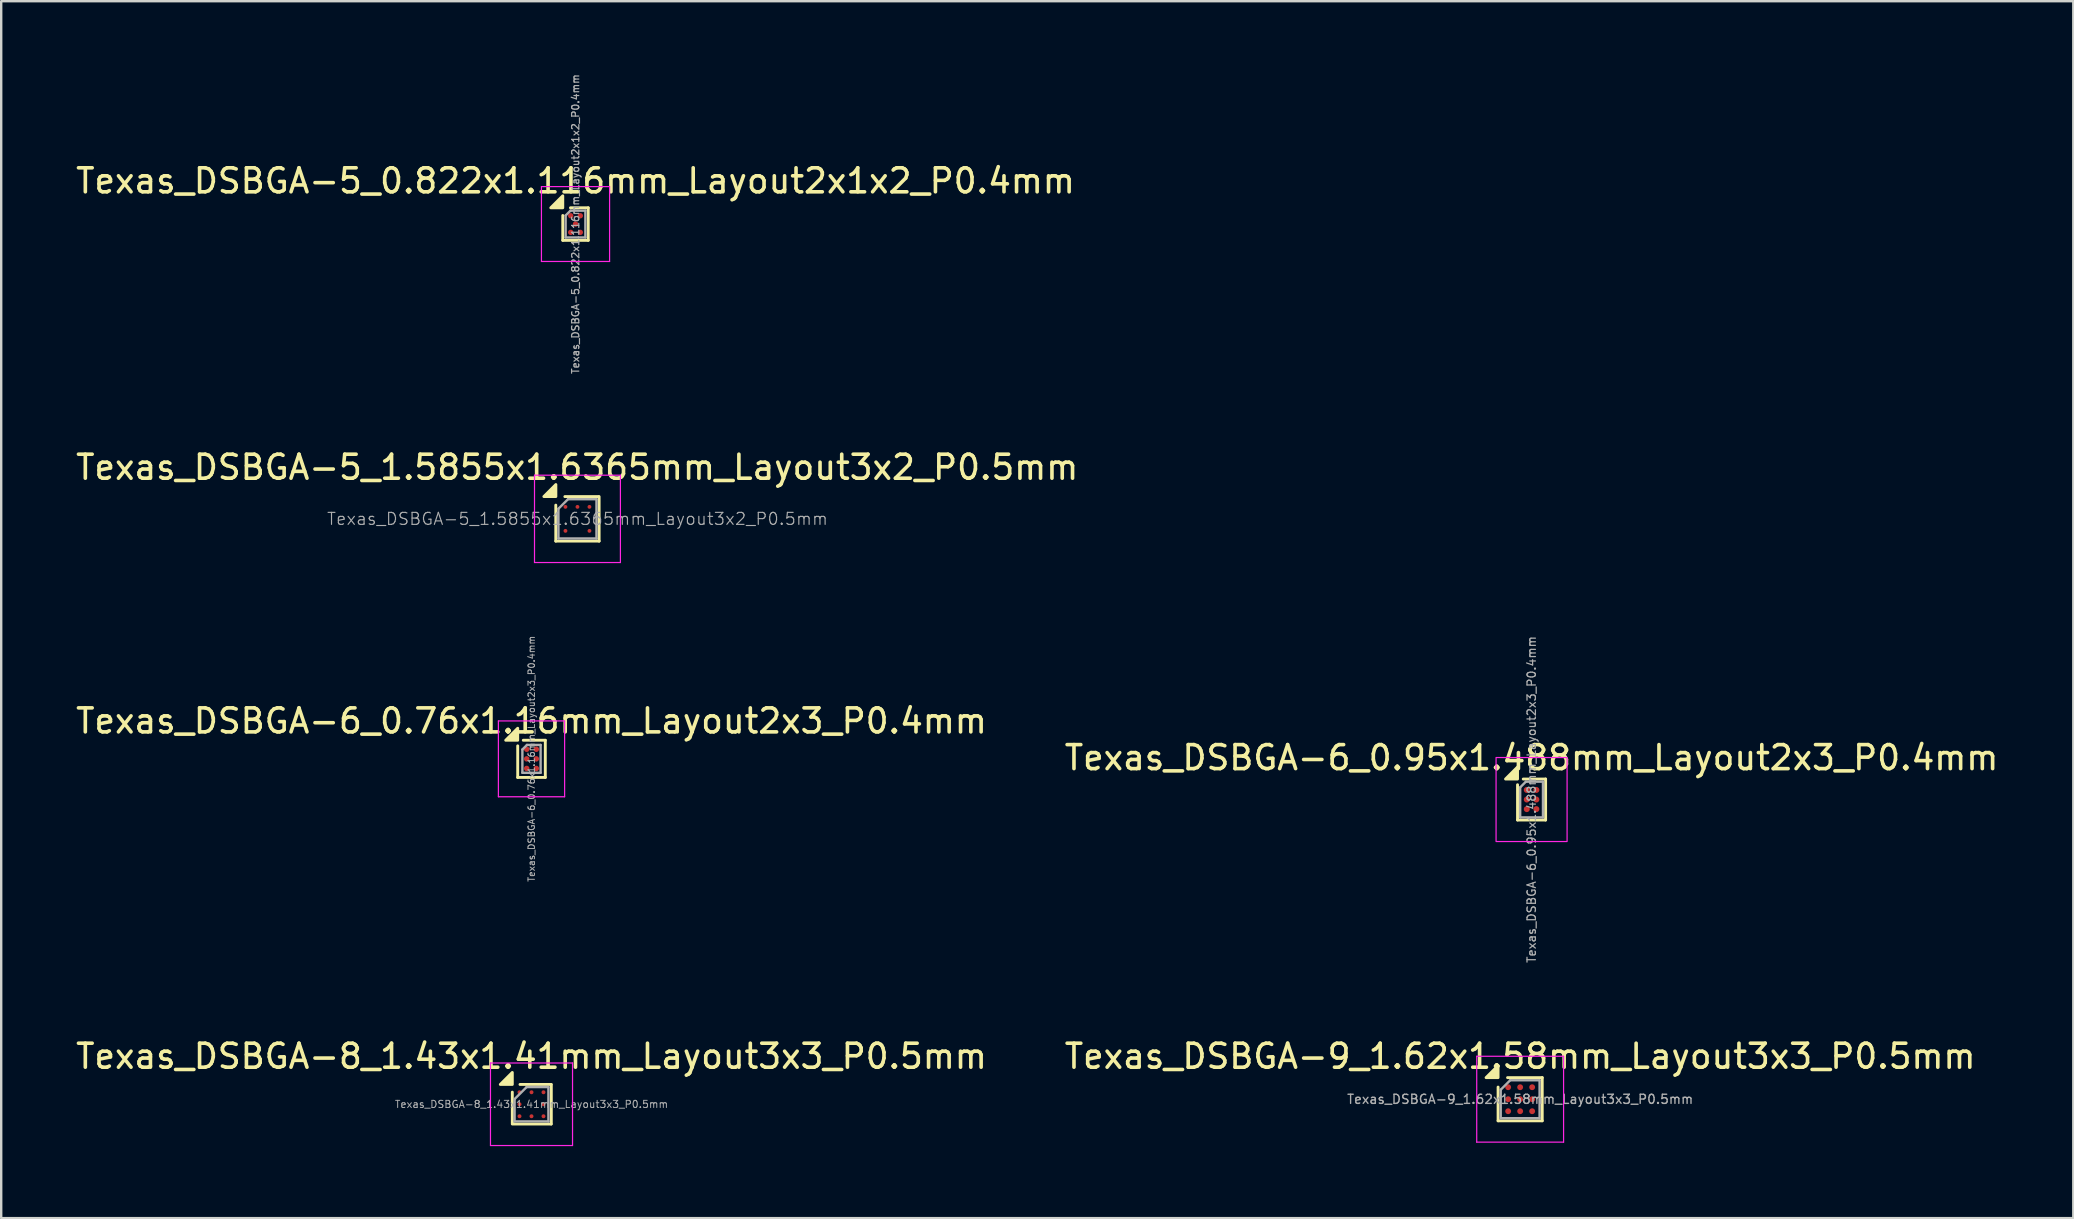
<source format=kicad_pcb>
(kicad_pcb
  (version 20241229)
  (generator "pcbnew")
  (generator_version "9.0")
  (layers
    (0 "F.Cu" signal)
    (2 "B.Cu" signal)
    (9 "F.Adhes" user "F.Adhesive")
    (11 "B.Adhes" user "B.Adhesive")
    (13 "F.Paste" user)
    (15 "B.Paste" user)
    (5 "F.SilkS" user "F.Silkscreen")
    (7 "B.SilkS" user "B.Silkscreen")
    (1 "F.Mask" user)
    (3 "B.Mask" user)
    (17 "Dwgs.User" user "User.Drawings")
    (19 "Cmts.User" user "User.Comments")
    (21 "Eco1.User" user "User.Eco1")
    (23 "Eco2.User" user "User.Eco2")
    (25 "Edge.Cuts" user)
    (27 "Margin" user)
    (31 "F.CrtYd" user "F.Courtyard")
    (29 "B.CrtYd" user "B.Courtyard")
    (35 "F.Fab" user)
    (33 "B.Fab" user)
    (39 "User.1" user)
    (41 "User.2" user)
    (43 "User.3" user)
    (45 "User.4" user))
  (footprint "Texas_DSBGA-6_0.76x1.16mm_Layout2x3_P0.4mm"
    (layer "F.Cu")
    (at 19.101 28.576)
    (property "Reference" "Texas_DSBGA-6_0.76x1.16mm_Layout2x3_P0.4mm" (at 0 -1.58 0) (layer "F.SilkS") (effects (font (size 1 1) (thickness 0.15))))
    (attr smd)
    (fp_line (start -0.575 0.775) (end -0.575 -0.542) (stroke (width 0.12) (type solid)) (layer "F.SilkS"))
    (fp_line (start -0.343 -0.775) (end 0.575 -0.775) (stroke (width 0.12) (type solid)) (layer "F.SilkS"))
    (fp_line (start 0.575 -0.775) (end 0.575 0.775) (stroke (width 0.12) (type solid)) (layer "F.SilkS"))
    (fp_line (start 0.575 0.775) (end -0.575 0.775) (stroke (width 0.12) (type solid)) (layer "F.SilkS"))
    (fp_poly (pts (xy -0.575 -0.775) (xy -1.075 -0.775) (xy -0.575 -1.275)) (stroke (width 0.12) (type solid)) (fill yes) (layer "F.SilkS"))
    (fp_line (start -1.38 -1.58) (end -1.38 1.58) (stroke (width 0.05) (type solid)) (layer "F.CrtYd"))
    (fp_line (start -1.38 1.58) (end 1.38 1.58) (stroke (width 0.05) (type solid)) (layer "F.CrtYd"))
    (fp_line (start 1.38 -1.58) (end -1.38 -1.58) (stroke (width 0.05) (type solid)) (layer "F.CrtYd"))
    (fp_line (start 1.38 1.58) (end 1.38 -1.58) (stroke (width 0.05) (type solid)) (layer "F.CrtYd"))
    (fp_line (start -0.38 -0.39) (end -0.19 -0.58) (stroke (width 0.1) (type solid)) (layer "F.Fab"))
    (fp_line (start -0.38 0.58) (end -0.38 -0.39) (stroke (width 0.1) (type solid)) (layer "F.Fab"))
    (fp_line (start -0.19 -0.58) (end 0.38 -0.58) (stroke (width 0.1) (type solid)) (layer "F.Fab"))
    (fp_line (start 0.38 -0.58) (end 0.38 0.58) (stroke (width 0.1) (type solid)) (layer "F.Fab"))
    (fp_line (start 0.38 0.58) (end -0.38 0.58) (stroke (width 0.1) (type solid)) (layer "F.Fab"))
    (fp_text user "${REFERENCE}" (at 0 0 270) (layer "F.Fab") (effects (font (size 0.27 0.27) (thickness 0.041))))
    (pad "A1" smd circle (at -0.2 -0.4) (size 0.23 0.23) (property pad_prop_bga) (layers "F.Cu" "F.Mask" "F.Paste"))
    (pad "A2" smd circle (at 0.2 -0.4) (size 0.23 0.23) (property pad_prop_bga) (layers "F.Cu" "F.Mask" "F.Paste"))
    (pad "B1" smd circle (at -0.2 0) (size 0.23 0.23) (property pad_prop_bga) (layers "F.Cu" "F.Mask" "F.Paste"))
    (pad "B2" smd circle (at 0.2 0) (size 0.23 0.23) (property pad_prop_bga) (layers "F.Cu" "F.Mask" "F.Paste"))
    (pad "C1" smd circle (at -0.2 0.4) (size 0.23 0.23) (property pad_prop_bga) (layers "F.Cu" "F.Mask" "F.Paste"))
    (pad "C2" smd circle (at 0.2 0.4) (size 0.23 0.23) (property pad_prop_bga) (layers "F.Cu" "F.Mask" "F.Paste")))
  (footprint "Texas_DSBGA-9_1.62x1.58mm_Layout3x3_P0.5mm"
    (layer "F.Cu")
    (at 60.304 42.761)
    (property "Reference" "Texas_DSBGA-9_1.62x1.58mm_Layout3x3_P0.5mm" (at 0 -1.79 0) (layer "F.SilkS") (effects (font (size 1 1) (thickness 0.15))))
    (attr smd)
    (fp_line (start -0.92 0.9) (end -0.92 -0.505) (stroke (width 0.12) (type solid)) (layer "F.SilkS"))
    (fp_line (start -0.525 -0.9) (end 0.92 -0.9) (stroke (width 0.12) (type solid)) (layer "F.SilkS"))
    (fp_line (start 0.92 -0.9) (end 0.92 0.9) (stroke (width 0.12) (type solid)) (layer "F.SilkS"))
    (fp_line (start 0.92 0.9) (end -0.92 0.9) (stroke (width 0.12) (type solid)) (layer "F.SilkS"))
    (fp_poly (pts (xy -0.92 -0.9) (xy -1.42 -0.9) (xy -0.92 -1.4) (xy -0.92 -0.9)) (stroke (width 0.12) (type solid)) (fill yes) (layer "F.SilkS"))
    (fp_line (start -1.81 -1.79) (end -1.81 1.79) (stroke (width 0.05) (type solid)) (layer "F.CrtYd"))
    (fp_line (start -1.81 1.79) (end 1.81 1.79) (stroke (width 0.05) (type solid)) (layer "F.CrtYd"))
    (fp_line (start 1.81 -1.79) (end -1.81 -1.79) (stroke (width 0.05) (type solid)) (layer "F.CrtYd"))
    (fp_line (start 1.81 1.79) (end 1.81 -1.79) (stroke (width 0.05) (type solid)) (layer "F.CrtYd"))
    (fp_line (start -0.81 -0.395) (end -0.415 -0.79) (stroke (width 0.1) (type solid)) (layer "F.Fab"))
    (fp_line (start -0.81 0.79) (end -0.81 -0.395) (stroke (width 0.1) (type solid)) (layer "F.Fab"))
    (fp_line (start -0.415 -0.79) (end 0.81 -0.79) (stroke (width 0.1) (type solid)) (layer "F.Fab"))
    (fp_line (start 0.81 -0.79) (end 0.81 0.79) (stroke (width 0.1) (type solid)) (layer "F.Fab"))
    (fp_line (start 0.81 0.79) (end -0.81 0.79) (stroke (width 0.1) (type solid)) (layer "F.Fab"))
    (fp_text user "${REFERENCE}" (at 0 0 0) (layer "F.Fab") (effects (font (size 0.38 0.38) (thickness 0.057))))
    (pad "A1" smd circle (at -0.5 -0.5) (size 0.245 0.245) (property pad_prop_bga) (layers "F.Cu" "F.Mask" "F.Paste"))
    (pad "A2" smd circle (at 0 -0.5) (size 0.245 0.245) (property pad_prop_bga) (layers "F.Cu" "F.Mask" "F.Paste"))
    (pad "A3" smd circle (at 0.5 -0.5) (size 0.245 0.245) (property pad_prop_bga) (layers "F.Cu" "F.Mask" "F.Paste"))
    (pad "B1" smd circle (at -0.5 0) (size 0.245 0.245) (property pad_prop_bga) (layers "F.Cu" "F.Mask" "F.Paste"))
    (pad "B2" smd circle (at 0 0) (size 0.245 0.245) (property pad_prop_bga) (layers "F.Cu" "F.Mask" "F.Paste"))
    (pad "B3" smd circle (at 0.5 0) (size 0.245 0.245) (property pad_prop_bga) (layers "F.Cu" "F.Mask" "F.Paste"))
    (pad "C1" smd circle (at -0.5 0.5) (size 0.245 0.245) (property pad_prop_bga) (layers "F.Cu" "F.Mask" "F.Paste"))
    (pad "C2" smd circle (at 0 0.5) (size 0.245 0.245) (property pad_prop_bga) (layers "F.Cu" "F.Mask" "F.Paste"))
    (pad "C3" smd circle (at 0.5 0.5) (size 0.245 0.245) (property pad_prop_bga) (layers "F.Cu" "F.Mask" "F.Paste")))
  (footprint "Texas_DSBGA-8_1.43x1.41mm_Layout3x3_P0.5mm"
    (layer "F.Cu")
    (at 19.101 42.971)
    (property "Reference" "Texas_DSBGA-8_1.43x1.41mm_Layout3x3_P0.5mm" (at 0 -2 0) (layer "F.SilkS") (effects (font (size 1 1) (thickness 0.15))))
    (attr smd)
    (fp_line (start -0.8 -0.505) (end -0.8 0.8) (stroke (width 0.12) (type solid)) (layer "F.SilkS"))
    (fp_line (start -0.48 -0.825) (end 0.815 -0.825) (stroke (width 0.12) (type solid)) (layer "F.SilkS"))
    (fp_line (start 0.815 0.825) (end -0.8 0.825) (stroke (width 0.12) (type solid)) (layer "F.SilkS"))
    (fp_line (start 0.825 -0.825) (end 0.825 0.825) (stroke (width 0.12) (type solid)) (layer "F.SilkS"))
    (fp_poly (pts (xy -0.8 -0.825) (xy -1.3 -0.825) (xy -0.8 -1.325) (xy -0.8 -0.825)) (stroke (width 0.12) (type solid)) (fill yes) (layer "F.SilkS"))
    (fp_line (start -1.71 -1.72) (end -1.71 1.72) (stroke (width 0.05) (type solid)) (layer "F.CrtYd"))
    (fp_line (start -1.71 1.72) (end 1.71 1.72) (stroke (width 0.05) (type solid)) (layer "F.CrtYd"))
    (fp_line (start 1.71 -1.72) (end -1.71 -1.72) (stroke (width 0.05) (type solid)) (layer "F.CrtYd"))
    (fp_line (start 1.71 1.72) (end 1.71 -1.72) (stroke (width 0.05) (type solid)) (layer "F.CrtYd"))
    (fp_line (start -0.705 -0.215) (end -0.705 0.715) (stroke (width 0.1) (type solid)) (layer "F.Fab"))
    (fp_line (start -0.705 -0.215) (end -0.205 -0.715) (stroke (width 0.1) (type solid)) (layer "F.Fab"))
    (fp_line (start -0.705 0.715) (end 0.705 0.715) (stroke (width 0.1) (type solid)) (layer "F.Fab"))
    (fp_line (start 0.705 -0.715) (end -0.205 -0.715) (stroke (width 0.1) (type solid)) (layer "F.Fab"))
    (fp_line (start 0.705 0.715) (end 0.705 -0.715) (stroke (width 0.1) (type solid)) (layer "F.Fab"))
    (fp_text user "${REFERENCE}" (at 0 0 0) (layer "F.Fab") (effects (font (size 0.3 0.3) (thickness 0.04))))
    (pad "" smd rect (at -0.5 -0.5) (size 0.3 0.3) (layers "F.Paste"))
    (pad "" smd rect (at -0.5 0) (size 0.3 0.3) (layers "F.Paste"))
    (pad "" smd rect (at -0.5 0.5) (size 0.3 0.3) (layers "F.Paste"))
    (pad "" smd rect (at 0 -0.5) (size 0.3 0.3) (layers "F.Paste"))
    (pad "" smd rect (at 0 0.5) (size 0.3 0.3) (layers "F.Paste"))
    (pad "" smd rect (at 0.5 -0.5) (size 0.3 0.3) (layers "F.Paste"))
    (pad "" smd rect (at 0.5 0) (size 0.3 0.3) (layers "F.Paste"))
    (pad "" smd rect (at 0.5 0.5) (size 0.3 0.3) (layers "F.Paste"))
    (pad "A1" smd circle (at -0.5 -0.5) (size 0.165 0.165) (property pad_prop_bga) (layers "F.Cu" "F.Mask"))
    (pad "A2" smd circle (at 0 -0.5) (size 0.165 0.165) (property pad_prop_bga) (layers "F.Cu" "F.Mask"))
    (pad "A3" smd circle (at 0.5 -0.5) (size 0.165 0.165) (property pad_prop_bga) (layers "F.Cu" "F.Mask"))
    (pad "B1" smd circle (at -0.5 0) (size 0.165 0.165) (property pad_prop_bga) (layers "F.Cu" "F.Mask"))
    (pad "B3" smd circle (at 0.5 0) (size 0.165 0.165) (property pad_prop_bga) (layers "F.Cu" "F.Mask" "F.Paste"))
    (pad "C1" smd circle (at -0.5 0.5) (size 0.165 0.165) (property pad_prop_bga) (layers "F.Cu" "F.Mask"))
    (pad "C2" smd circle (at 0 0.5) (size 0.165 0.165) (property pad_prop_bga) (layers "F.Cu" "F.Mask"))
    (pad "C3" smd circle (at 0.5 0.5) (size 0.165 0.165) (property pad_prop_bga) (layers "F.Cu" "F.Mask")))
  (footprint "Texas_DSBGA-5_1.5855x1.6365mm_Layout3x2_P0.5mm"
    (layer "F.Cu")
    (at 21.016 18.574)
    (property "Reference" "Texas_DSBGA-5_1.5855x1.6365mm_Layout3x2_P0.5mm" (at -0.01 -2.15 0) (layer "F.SilkS") (effects (font (size 1 1) (thickness 0.15))))
    (attr smd)
    (fp_line (start -0.903 -0.572) (end -0.903 0.928) (stroke (width 0.12) (type solid)) (layer "F.SilkS"))
    (fp_line (start -0.903 0.928) (end 0.903 0.928) (stroke (width 0.12) (type solid)) (layer "F.SilkS"))
    (fp_line (start 0.875 -0.928) (end -0.525 -0.928) (stroke (width 0.12) (type solid)) (layer "F.SilkS"))
    (fp_line (start 0.903 0.928) (end 0.903 -0.928) (stroke (width 0.12) (type solid)) (layer "F.SilkS"))
    (fp_poly (pts (xy -0.9 -0.93) (xy -1.4 -0.93) (xy -0.9 -1.43) (xy -0.9 -0.93)) (stroke (width 0.12) (type solid)) (fill yes) (layer "F.SilkS"))
    (fp_line (start -1.79 -1.82) (end -1.79 1.82) (stroke (width 0.05) (type solid)) (layer "F.CrtYd"))
    (fp_line (start -1.79 1.82) (end 1.79 1.82) (stroke (width 0.05) (type solid)) (layer "F.CrtYd"))
    (fp_line (start 1.79 -1.82) (end -1.79 -1.82) (stroke (width 0.05) (type solid)) (layer "F.CrtYd"))
    (fp_line (start 1.79 1.82) (end 1.79 -1.82) (stroke (width 0.05) (type solid)) (layer "F.CrtYd"))
    (fp_line (start -0.793 -0.422) (end -0.793 0.818) (stroke (width 0.1) (type solid)) (layer "F.Fab"))
    (fp_line (start -0.793 0.818) (end 0.793 0.818) (stroke (width 0.1) (type solid)) (layer "F.Fab"))
    (fp_line (start -0.396 -0.818) (end -0.793 -0.422) (stroke (width 0.1) (type solid)) (layer "F.Fab"))
    (fp_line (start 0.793 -0.818) (end -0.396 -0.818) (stroke (width 0.1) (type solid)) (layer "F.Fab"))
    (fp_line (start 0.793 0.818) (end 0.793 -0.818) (stroke (width 0.1) (type solid)) (layer "F.Fab"))
    (fp_text user "${REFERENCE}" (at 0 0 180) (layer "F.Fab") (effects (font (size 0.5 0.5) (thickness 0.048))))
    (pad "A1" smd circle (at -0.5 -0.5 270) (size 0.16 0.16) (layers "F.Cu" "F.Mask" "F.Paste"))
    (pad "A2" smd circle (at 0 -0.5 270) (size 0.16 0.16) (layers "F.Cu" "F.Mask" "F.Paste"))
    (pad "A3" smd circle (at 0.5 -0.5 270) (size 0.16 0.16) (layers "F.Cu" "F.Mask" "F.Paste"))
    (pad "B1" smd circle (at -0.5 0.5 270) (size 0.16 0.16) (layers "F.Cu" "F.Mask" "F.Paste"))
    (pad "B3" smd circle (at 0.5 0.5 270) (size 0.16 0.16) (layers "F.Cu" "F.Mask" "F.Paste")))
  (footprint "Texas_DSBGA-6_0.95x1.488mm_Layout2x3_P0.4mm"
    (layer "F.Cu")
    (at 60.78 30.271)
    (property "Reference" "Texas_DSBGA-6_0.95x1.488mm_Layout2x3_P0.4mm" (at 0 -1.744 0) (layer "F.SilkS") (effects (font (size 1 1) (thickness 0.15))))
    (attr smd)
    (fp_line (start -0.585 0.854) (end -0.585 -0.617) (stroke (width 0.12) (type solid)) (layer "F.SilkS"))
    (fp_line (start -0.347 -0.854) (end 0.585 -0.854) (stroke (width 0.12) (type solid)) (layer "F.SilkS"))
    (fp_line (start 0.585 -0.854) (end 0.585 0.854) (stroke (width 0.12) (type solid)) (layer "F.SilkS"))
    (fp_line (start 0.585 0.854) (end -0.585 0.854) (stroke (width 0.12) (type solid)) (layer "F.SilkS"))
    (fp_poly (pts (xy -0.585 -0.854) (xy -1.085 -0.854) (xy -0.585 -1.354)) (stroke (width 0.12) (type solid)) (fill yes) (layer "F.SilkS"))
    (fp_rect (start -1.48 -1.75) (end 1.48 1.75) (stroke (width 0.05) (type solid)) (fill no) (layer "F.CrtYd"))
    (fp_line (start -0.475 -0.506) (end -0.237 -0.744) (stroke (width 0.1) (type solid)) (layer "F.Fab"))
    (fp_line (start -0.475 0.744) (end -0.475 -0.506) (stroke (width 0.1) (type solid)) (layer "F.Fab"))
    (fp_line (start -0.237 -0.744) (end 0.475 -0.744) (stroke (width 0.1) (type solid)) (layer "F.Fab"))
    (fp_line (start 0.475 -0.744) (end 0.475 0.744) (stroke (width 0.1) (type solid)) (layer "F.Fab"))
    (fp_line (start 0.475 0.744) (end -0.475 0.744) (stroke (width 0.1) (type solid)) (layer "F.Fab"))
    (fp_text user "${REFERENCE}" (at 0 0 270) (layer "F.Fab") (effects (font (size 0.35 0.35) (thickness 0.052))))
    (pad "A1" smd circle (at -0.2 -0.4) (size 0.25 0.25) (property pad_prop_bga) (layers "F.Cu" "F.Mask" "F.Paste"))
    (pad "A2" smd circle (at 0.2 -0.4) (size 0.25 0.25) (property pad_prop_bga) (layers "F.Cu" "F.Mask" "F.Paste"))
    (pad "B1" smd circle (at -0.2 0) (size 0.25 0.25) (property pad_prop_bga) (layers "F.Cu" "F.Mask" "F.Paste"))
    (pad "B2" smd circle (at 0.2 0) (size 0.25 0.25) (property pad_prop_bga) (layers "F.Cu" "F.Mask" "F.Paste"))
    (pad "C1" smd circle (at -0.2 0.4) (size 0.25 0.25) (property pad_prop_bga) (layers "F.Cu" "F.Mask" "F.Paste"))
    (pad "C2" smd circle (at 0.2 0.4) (size 0.25 0.25) (property pad_prop_bga) (layers "F.Cu" "F.Mask" "F.Paste")))
  (footprint "Texas_DSBGA-5_0.822x1.116mm_Layout2x1x2_P0.4mm"
    (layer "F.Cu")
    (at 20.935 6.288)
    (property "Reference" "Texas_DSBGA-5_0.822x1.116mm_Layout2x1x2_P0.4mm" (at 0 -1.8 0) (layer "F.SilkS") (effects (font (size 1 1) (thickness 0.15))))
    (attr smd)
    (fp_line (start -0.531 -0.358) (end -0.531 0.678) (stroke (width 0.12) (type solid)) (layer "F.SilkS"))
    (fp_line (start -0.531 0.678) (end 0.531 0.678) (stroke (width 0.12) (type solid)) (layer "F.SilkS"))
    (fp_line (start 0.531 -0.678) (end -0.211 -0.678) (stroke (width 0.12) (type solid)) (layer "F.SilkS"))
    (fp_line (start 0.531 -0.678) (end 0.531 0.678) (stroke (width 0.12) (type solid)) (layer "F.SilkS"))
    (fp_poly (pts (xy -0.531 -0.678) (xy -1.031 -0.678) (xy -0.531 -1.178) (xy -0.531 -0.678)) (stroke (width 0.12) (type solid)) (fill yes) (layer "F.SilkS"))
    (fp_line (start -1.42 -1.56) (end -1.42 1.56) (stroke (width 0.05) (type solid)) (layer "F.CrtYd"))
    (fp_line (start -1.42 -1.56) (end 1.42 -1.56) (stroke (width 0.05) (type solid)) (layer "F.CrtYd"))
    (fp_line (start 1.42 1.56) (end -1.42 1.56) (stroke (width 0.05) (type solid)) (layer "F.CrtYd"))
    (fp_line (start 1.42 1.56) (end 1.42 -1.56) (stroke (width 0.05) (type solid)) (layer "F.CrtYd"))
    (fp_line (start -0.411 -0.358) (end -0.411 0.558) (stroke (width 0.1) (type solid)) (layer "F.Fab"))
    (fp_line (start -0.411 -0.358) (end -0.211 -0.558) (stroke (width 0.1) (type solid)) (layer "F.Fab"))
    (fp_line (start -0.411 0.558) (end 0.411 0.558) (stroke (width 0.1) (type solid)) (layer "F.Fab"))
    (fp_line (start 0.411 -0.558) (end -0.211 -0.558) (stroke (width 0.1) (type solid)) (layer "F.Fab"))
    (fp_line (start 0.411 0.558) (end 0.411 -0.558) (stroke (width 0.1) (type solid)) (layer "F.Fab"))
    (fp_text user "${REFERENCE}" (at 0 0 90) (layer "F.Fab") (effects (font (size 0.3 0.3) (thickness 0.05))))
    (pad "" smd rect (at -0.2 -0.346) (size 0.25 0.25) (layers "F.Paste"))
    (pad "" smd rect (at -0.2 0.346) (size 0.25 0.25) (layers "F.Paste"))
    (pad "" smd rect (at 0 0) (size 0.25 0.25) (layers "F.Paste"))
    (pad "" smd rect (at 0.2 -0.346) (size 0.25 0.25) (layers "F.Paste"))
    (pad "" smd rect (at 0.2 0.346) (size 0.25 0.25) (layers "F.Paste"))
    (pad "A1" smd circle (at -0.2 -0.346) (size 0.225 0.225) (property pad_prop_bga) (layers "F.Cu" "F.Mask"))
    (pad "A3" smd circle (at 0.2 -0.346) (size 0.225 0.225) (property pad_prop_bga) (layers "F.Cu" "F.Mask"))
    (pad "B2" smd circle (at 0 0) (size 0.225 0.225) (property pad_prop_bga) (layers "F.Cu" "F.Mask"))
    (pad "C1" smd circle (at -0.2 0.346) (size 0.225 0.225) (property pad_prop_bga) (layers "F.Cu" "F.Mask"))
    (pad "C3" smd circle (at 0.2 0.346) (size 0.225 0.225) (property pad_prop_bga) (layers "F.Cu" "F.Mask")))
  (gr_rect
    (start -3 -3)
    (end 83.357 47.716)
    (stroke (width 0.1) (type default))
    (fill no)
    (layer "Edge.Cuts")))
</source>
